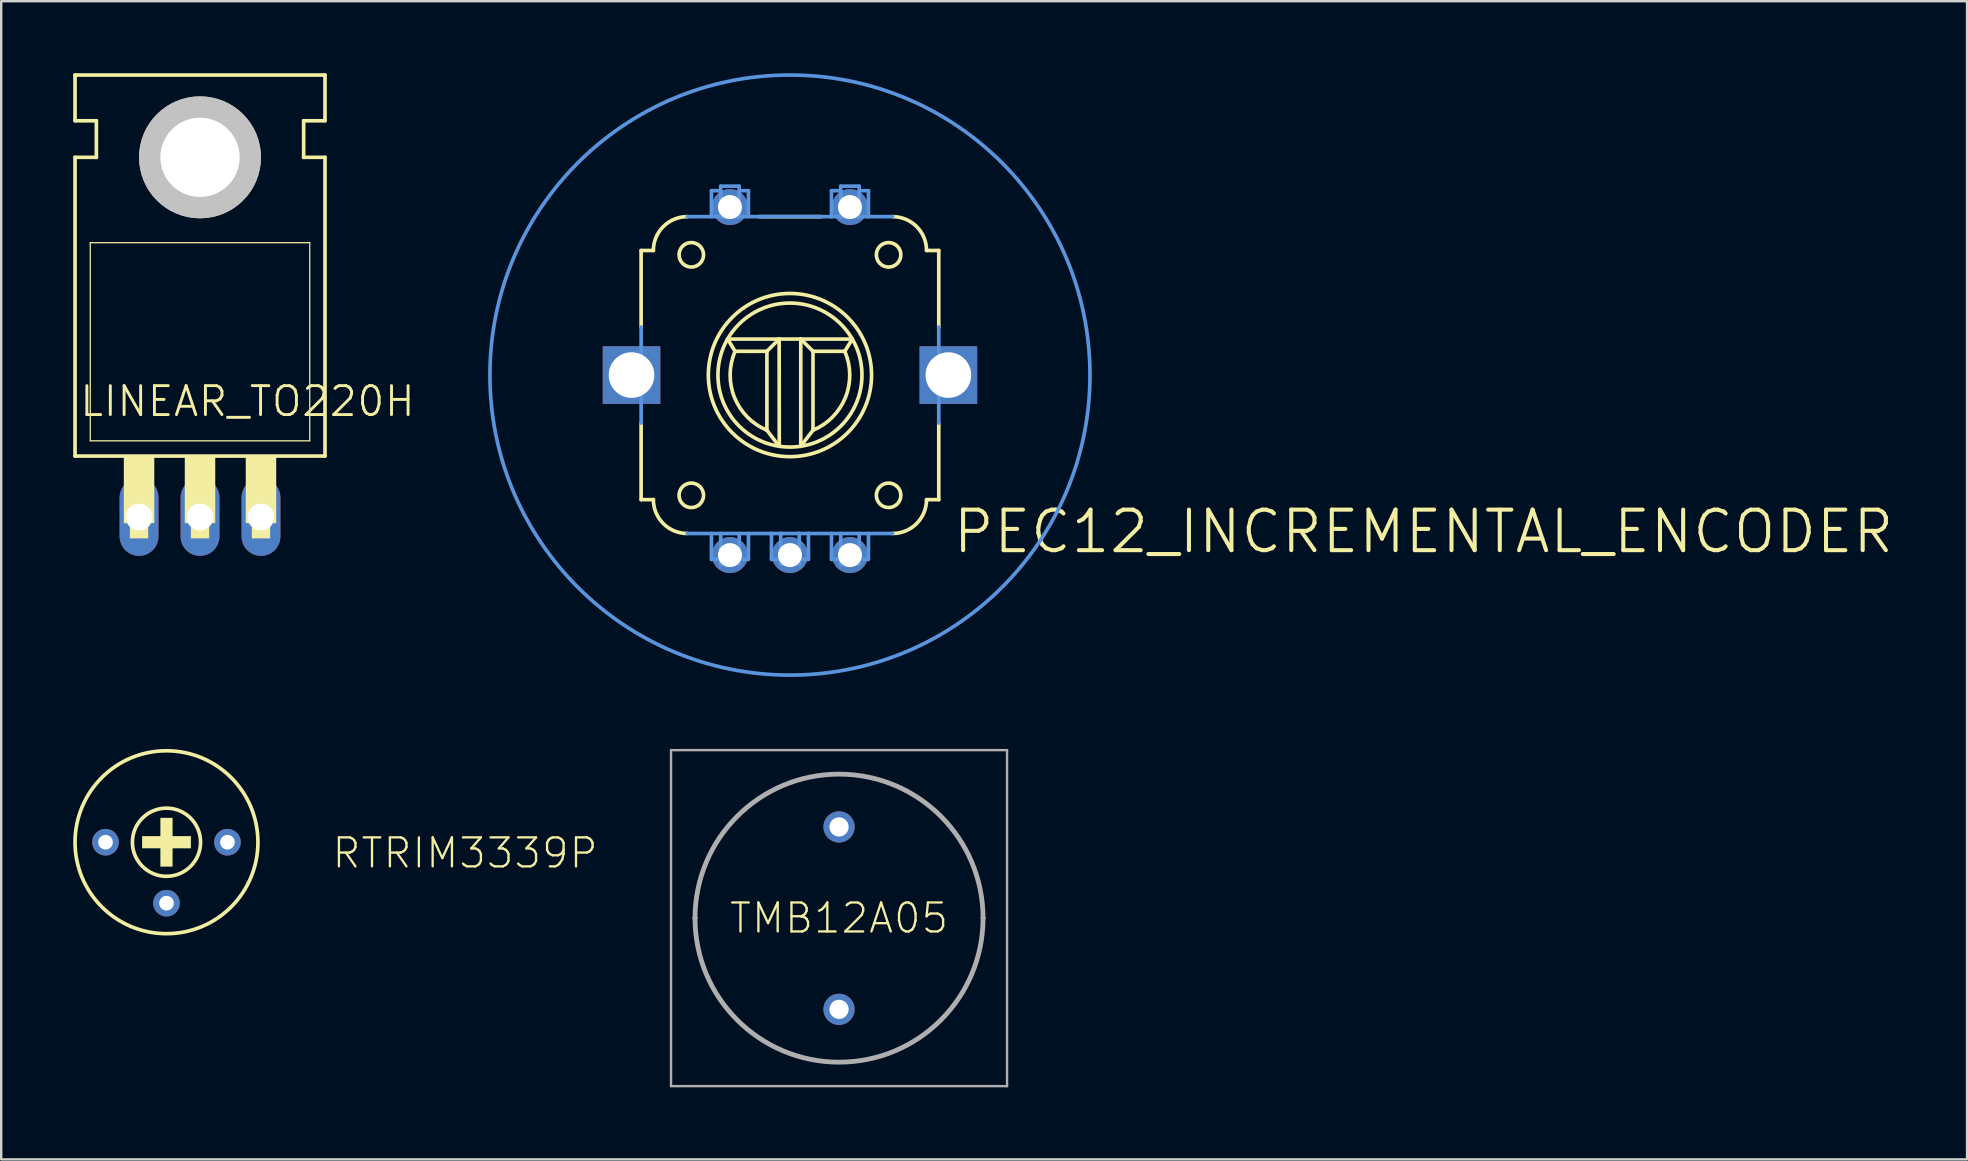
<source format=kicad_pcb>
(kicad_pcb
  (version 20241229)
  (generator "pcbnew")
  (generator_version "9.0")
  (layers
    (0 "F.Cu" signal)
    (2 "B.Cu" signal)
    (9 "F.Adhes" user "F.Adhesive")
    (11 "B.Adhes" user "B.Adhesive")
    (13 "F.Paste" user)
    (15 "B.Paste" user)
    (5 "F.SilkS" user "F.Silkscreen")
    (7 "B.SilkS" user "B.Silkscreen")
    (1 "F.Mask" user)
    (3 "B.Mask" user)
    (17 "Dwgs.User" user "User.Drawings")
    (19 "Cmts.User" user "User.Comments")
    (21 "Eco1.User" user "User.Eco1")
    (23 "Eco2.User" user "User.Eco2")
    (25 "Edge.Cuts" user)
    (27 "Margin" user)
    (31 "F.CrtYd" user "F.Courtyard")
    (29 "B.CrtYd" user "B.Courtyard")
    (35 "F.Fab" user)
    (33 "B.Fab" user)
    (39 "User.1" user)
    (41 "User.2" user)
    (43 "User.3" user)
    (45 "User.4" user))
  (footprint "RTRIM3339P"
    (layer "F.Cu")
    (at 3.886 32.039)
    (property "Reference" "RTRIM3339P" (at 6.833 1.157 180) (layer "F.SilkS") (effects (font (size 1.206 1.206) (thickness 0.097)) (justify left bottom)))
    (attr through_hole)
    (fp_circle (center 0 0) (end 1.42 0) (stroke (width 0.152) (type solid)) (fill no) (layer "F.SilkS"))
    (fp_circle (center 0 0) (end 3.81 0) (stroke (width 0.152) (type solid)) (fill no) (layer "F.SilkS"))
    (fp_poly (pts (xy -1.016 0.254) (xy 1.016 0.254) (xy 1.016 -0.254) (xy -1.016 -0.254)) (stroke (width 0) (type solid)) (fill yes) (layer "F.SilkS"))
    (fp_poly (pts (xy -0.254 1.016) (xy 0.254 1.016) (xy 0.254 -1.016) (xy -0.254 -1.016)) (stroke (width 0) (type solid)) (fill yes) (layer "F.SilkS"))
    (pad "1" thru_hole circle (at -2.54 0) (size 1.11 1.11) (drill 0.61) (layers "*.Cu" "*.Mask"))
    (pad "2" thru_hole circle (at 0 2.54) (size 1.11 1.11) (drill 0.61) (layers "*.Cu" "*.Mask"))
    (pad "3" thru_hole circle (at 2.54 0) (size 1.11 1.11) (drill 0.61) (layers "*.Cu" "*.Mask")))
  (footprint "PEC12_INCREMENTAL_ENCODER"
    (layer "F.Cu")
    (at 29.861 12.576)
    (property "Reference" "PEC12_INCREMENTAL_ENCODER" (at 6.7 7.51 0) (layer "F.SilkS") (effects (font (size 1.689 1.689) (thickness 0.169)) (justify left bottom)))
    (attr through_hole)
    (fp_line (start -6.2 -5.19) (end -6.2 -2) (stroke (width 0.152) (type solid)) (layer "F.SilkS"))
    (fp_line (start -6.2 2) (end -6.2 5.19) (stroke (width 0.152) (type solid)) (layer "F.SilkS"))
    (fp_line (start -6.2 5.19) (end -5.69 5.19) (stroke (width 0.152) (type solid)) (layer "F.SilkS"))
    (fp_line (start -5.69 -5.19) (end -6.2 -5.19) (stroke (width 0.152) (type solid)) (layer "F.SilkS"))
    (fp_line (start -2.598 -1.5) (end -0.45 -1.5) (stroke (width 0.152) (type solid)) (layer "F.SilkS"))
    (fp_line (start -2.285 -0.99) (end -2.598 -1.5) (stroke (width 0.152) (type solid)) (layer "F.SilkS"))
    (fp_line (start -1.28 -6.6) (end 1.28 -6.6) (stroke (width 0.152) (type solid)) (layer "F.SilkS"))
    (fp_line (start -0.96 -0.99) (end -2.285 -0.99) (stroke (width 0.152) (type solid)) (layer "F.SilkS"))
    (fp_line (start -0.96 -0.99) (end -0.96 2.297) (stroke (width 0.152) (type solid)) (layer "F.SilkS"))
    (fp_line (start -0.96 2.297) (end -0.45 2.966) (stroke (width 0.152) (type solid)) (layer "F.SilkS"))
    (fp_line (start -0.45 -1.5) (end -0.96 -0.99) (stroke (width 0.152) (type solid)) (layer "F.SilkS"))
    (fp_line (start -0.45 -1.5) (end -0.445 2.967) (stroke (width 0.152) (type solid)) (layer "F.SilkS"))
    (fp_line (start -0.45 -1.5) (end 0.45 -1.5) (stroke (width 0.152) (type solid)) (layer "F.SilkS"))
    (fp_line (start 0.45 -1.5) (end 0.45 2.966) (stroke (width 0.152) (type solid)) (layer "F.SilkS"))
    (fp_line (start 0.45 -1.5) (end 0.96 -0.99) (stroke (width 0.152) (type solid)) (layer "F.SilkS"))
    (fp_line (start 0.45 -1.5) (end 2.598 -1.5) (stroke (width 0.152) (type solid)) (layer "F.SilkS"))
    (fp_line (start 0.96 -0.99) (end 0.96 2.297) (stroke (width 0.152) (type solid)) (layer "F.SilkS"))
    (fp_line (start 0.96 -0.99) (end 2.285 -0.99) (stroke (width 0.152) (type solid)) (layer "F.SilkS"))
    (fp_line (start 0.96 2.297) (end 0.45 2.966) (stroke (width 0.152) (type solid)) (layer "F.SilkS"))
    (fp_line (start 2.285 -0.99) (end 2.598 -1.5) (stroke (width 0.152) (type solid)) (layer "F.SilkS"))
    (fp_line (start 5.69 -5.19) (end 6.2 -5.19) (stroke (width 0.152) (type solid)) (layer "F.SilkS"))
    (fp_line (start 6.2 -5.19) (end 6.2 -2) (stroke (width 0.152) (type solid)) (layer "F.SilkS"))
    (fp_line (start 6.2 2) (end 6.2 5.19) (stroke (width 0.152) (type solid)) (layer "F.SilkS"))
    (fp_line (start 6.2 5.19) (end 5.69 5.19) (stroke (width 0.152) (type solid)) (layer "F.SilkS"))
    (fp_arc (start -5.69 -5.19) (mid -5.277021 -6.187021) (end -4.28 -6.6) (stroke (width 0.1524) (type solid)) (layer "F.SilkS"))
    (fp_arc (start -4.28 6.6) (mid -5.277021 6.187021) (end -5.69 5.19) (stroke (width 0.1524) (type solid)) (layer "F.SilkS"))
    (fp_arc (start -0.96 2.2975) (mid -2.311649 0.931503) (end -2.284699 -0.990001) (stroke (width 0.1524) (type solid)) (layer "F.SilkS"))
    (fp_arc (start 2.284701 -0.990001) (mid 2.31162 0.931491) (end 0.96 2.2975) (stroke (width 0.1524) (type solid)) (layer "F.SilkS"))
    (fp_arc (start 4.28 -6.6) (mid 5.277021 -6.187021) (end 5.69 -5.19) (stroke (width 0.1524) (type solid)) (layer "F.SilkS"))
    (fp_arc (start 5.69 5.19) (mid 5.277021 6.187021) (end 4.28 6.6) (stroke (width 0.1524) (type solid)) (layer "F.SilkS"))
    (fp_circle (center -4.11 -5.01) (end -3.6 -5.01) (stroke (width 0.152) (type solid)) (fill no) (layer "F.SilkS"))
    (fp_circle (center -4.11 5.01) (end -3.6 5.01) (stroke (width 0.152) (type solid)) (fill no) (layer "F.SilkS"))
    (fp_circle (center 0 0) (end 3 0) (stroke (width 0.152) (type solid)) (fill no) (layer "F.SilkS"))
    (fp_circle (center 0 0) (end 3.4 0) (stroke (width 0.152) (type solid)) (fill no) (layer "F.SilkS"))
    (fp_circle (center 4.11 -5.01) (end 4.62 -5.01) (stroke (width 0.152) (type solid)) (fill no) (layer "F.SilkS"))
    (fp_circle (center 4.11 5.01) (end 4.62 5.01) (stroke (width 0.152) (type solid)) (fill no) (layer "F.SilkS"))
    (fp_line (start -6.2 -2) (end -6.2 2) (stroke (width 0.152) (type solid)) (layer "Cmts.User"))
    (fp_line (start -4.28 -6.6) (end 1.73 -6.6) (stroke (width 0.152) (type solid)) (layer "Cmts.User"))
    (fp_line (start -4.28 6.6) (end -0.77 6.6) (stroke (width 0.152) (type solid)) (layer "Cmts.User"))
    (fp_line (start -3.27 -7.68) (end -2.885 -7.68) (stroke (width 0.152) (type solid)) (layer "Cmts.User"))
    (fp_line (start -3.27 -6.6) (end -3.27 -7.68) (stroke (width 0.152) (type solid)) (layer "Cmts.User"))
    (fp_line (start -3.27 6.6) (end -3.27 7.68) (stroke (width 0.152) (type solid)) (layer "Cmts.User"))
    (fp_line (start -3.27 7.68) (end -2.885 7.68) (stroke (width 0.152) (type solid)) (layer "Cmts.User"))
    (fp_line (start -2.885 -7.87) (end -2.115 -7.87) (stroke (width 0.152) (type solid)) (layer "Cmts.User"))
    (fp_line (start -2.885 -7.68) (end -2.885 -7.87) (stroke (width 0.152) (type solid)) (layer "Cmts.User"))
    (fp_line (start -2.885 -6.6) (end -2.885 -7.68) (stroke (width 0.152) (type solid)) (layer "Cmts.User"))
    (fp_line (start -2.885 6.6) (end -2.885 7.68) (stroke (width 0.152) (type solid)) (layer "Cmts.User"))
    (fp_line (start -2.885 7.68) (end -2.885 7.87) (stroke (width 0.152) (type solid)) (layer "Cmts.User"))
    (fp_line (start -2.885 7.87) (end -2.115 7.87) (stroke (width 0.152) (type solid)) (layer "Cmts.User"))
    (fp_line (start -2.115 -7.87) (end -2.115 -7.68) (stroke (width 0.152) (type solid)) (layer "Cmts.User"))
    (fp_line (start -2.115 -7.68) (end -2.115 -6.6) (stroke (width 0.152) (type solid)) (layer "Cmts.User"))
    (fp_line (start -2.115 -7.68) (end -1.73 -7.68) (stroke (width 0.152) (type solid)) (layer "Cmts.User"))
    (fp_line (start -2.115 7.68) (end -2.115 6.6) (stroke (width 0.152) (type solid)) (layer "Cmts.User"))
    (fp_line (start -2.115 7.68) (end -1.73 7.68) (stroke (width 0.152) (type solid)) (layer "Cmts.User"))
    (fp_line (start -2.115 7.87) (end -2.115 7.68) (stroke (width 0.152) (type solid)) (layer "Cmts.User"))
    (fp_line (start -1.73 -7.68) (end -1.73 -6.6) (stroke (width 0.152) (type solid)) (layer "Cmts.User"))
    (fp_line (start -1.73 7.68) (end -1.73 6.6) (stroke (width 0.152) (type solid)) (layer "Cmts.User"))
    (fp_line (start -0.77 6.6) (end -0.77 7.68) (stroke (width 0.152) (type solid)) (layer "Cmts.User"))
    (fp_line (start -0.77 6.6) (end -0.385 6.6) (stroke (width 0.152) (type solid)) (layer "Cmts.User"))
    (fp_line (start -0.77 7.68) (end -0.385 7.68) (stroke (width 0.152) (type solid)) (layer "Cmts.User"))
    (fp_line (start -0.385 6.6) (end -0.385 7.68) (stroke (width 0.152) (type solid)) (layer "Cmts.User"))
    (fp_line (start -0.385 6.6) (end 0.385 6.6) (stroke (width 0.152) (type solid)) (layer "Cmts.User"))
    (fp_line (start -0.385 7.68) (end -0.385 7.87) (stroke (width 0.152) (type solid)) (layer "Cmts.User"))
    (fp_line (start -0.385 7.87) (end 0.385 7.87) (stroke (width 0.152) (type solid)) (layer "Cmts.User"))
    (fp_line (start 0.385 6.6) (end 0.77 6.6) (stroke (width 0.152) (type solid)) (layer "Cmts.User"))
    (fp_line (start 0.385 7.68) (end 0.385 6.6) (stroke (width 0.152) (type solid)) (layer "Cmts.User"))
    (fp_line (start 0.385 7.87) (end 0.385 7.68) (stroke (width 0.152) (type solid)) (layer "Cmts.User"))
    (fp_line (start 0.77 6.6) (end 0.77 7.68) (stroke (width 0.152) (type solid)) (layer "Cmts.User"))
    (fp_line (start 0.77 6.6) (end 4.28 6.6) (stroke (width 0.152) (type solid)) (layer "Cmts.User"))
    (fp_line (start 0.77 7.68) (end 0.385 7.68) (stroke (width 0.152) (type solid)) (layer "Cmts.User"))
    (fp_line (start 1.73 -7.68) (end 1.73 -6.6) (stroke (width 0.152) (type solid)) (layer "Cmts.User"))
    (fp_line (start 1.73 7.68) (end 1.73 6.6) (stroke (width 0.152) (type solid)) (layer "Cmts.User"))
    (fp_line (start 2.115 -7.87) (end 2.115 -7.68) (stroke (width 0.152) (type solid)) (layer "Cmts.User"))
    (fp_line (start 2.115 -7.68) (end 1.73 -7.68) (stroke (width 0.152) (type solid)) (layer "Cmts.User"))
    (fp_line (start 2.115 -7.68) (end 2.115 -6.6) (stroke (width 0.152) (type solid)) (layer "Cmts.User"))
    (fp_line (start 2.115 -6.6) (end 1.73 -6.6) (stroke (width 0.152) (type solid)) (layer "Cmts.User"))
    (fp_line (start 2.115 7.68) (end 1.73 7.68) (stroke (width 0.152) (type solid)) (layer "Cmts.User"))
    (fp_line (start 2.115 7.68) (end 2.115 6.6) (stroke (width 0.152) (type solid)) (layer "Cmts.User"))
    (fp_line (start 2.115 7.87) (end 2.115 7.68) (stroke (width 0.152) (type solid)) (layer "Cmts.User"))
    (fp_line (start 2.885 -7.87) (end 2.115 -7.87) (stroke (width 0.152) (type solid)) (layer "Cmts.User"))
    (fp_line (start 2.885 -7.68) (end 2.885 -7.87) (stroke (width 0.152) (type solid)) (layer "Cmts.User"))
    (fp_line (start 2.885 -6.6) (end 2.115 -6.6) (stroke (width 0.152) (type solid)) (layer "Cmts.User"))
    (fp_line (start 2.885 -6.6) (end 2.885 -7.68) (stroke (width 0.152) (type solid)) (layer "Cmts.User"))
    (fp_line (start 2.885 6.6) (end 2.885 7.68) (stroke (width 0.152) (type solid)) (layer "Cmts.User"))
    (fp_line (start 2.885 7.68) (end 2.885 7.87) (stroke (width 0.152) (type solid)) (layer "Cmts.User"))
    (fp_line (start 2.885 7.87) (end 2.115 7.87) (stroke (width 0.152) (type solid)) (layer "Cmts.User"))
    (fp_line (start 3.27 -7.68) (end 2.885 -7.68) (stroke (width 0.152) (type solid)) (layer "Cmts.User"))
    (fp_line (start 3.27 -6.6) (end 2.885 -6.6) (stroke (width 0.152) (type solid)) (layer "Cmts.User"))
    (fp_line (start 3.27 -6.6) (end 3.27 -7.68) (stroke (width 0.152) (type solid)) (layer "Cmts.User"))
    (fp_line (start 3.27 -6.6) (end 4.28 -6.6) (stroke (width 0.152) (type solid)) (layer "Cmts.User"))
    (fp_line (start 3.27 6.6) (end 3.27 7.68) (stroke (width 0.152) (type solid)) (layer "Cmts.User"))
    (fp_line (start 3.27 7.68) (end 2.885 7.68) (stroke (width 0.152) (type solid)) (layer "Cmts.User"))
    (fp_line (start 6.2 -2) (end 6.2 2) (stroke (width 0.152) (type solid)) (layer "Cmts.User"))
    (fp_circle (center 0 0) (end 12.5 0) (stroke (width 0.152) (type solid)) (fill no) (layer "Cmts.User"))
    (pad "A" thru_hole circle (at -2.5 7.5) (size 1.5 1.5) (drill 1) (layers "*.Cu" "*.Mask"))
    (pad "B" thru_hole circle (at 2.5 7.5) (size 1.5 1.5) (drill 1) (layers "*.Cu" "*.Mask"))
    (pad "C" thru_hole circle (at 0 7.5) (size 1.5 1.5) (drill 1) (layers "*.Cu" "*.Mask"))
    (pad "GND@1" thru_hole rect (at -6.6 0) (size 2.4 2.4) (drill 1.9) (layers "*.Cu" "*.Mask"))
    (pad "GND@2" thru_hole rect (at 6.6 0) (size 2.4 2.4) (drill 1.9) (layers "*.Cu" "*.Mask"))
    (pad "P1" thru_hole circle (at -2.5 -7) (size 1.5 1.5) (drill 1) (layers "*.Cu" "*.Mask"))
    (pad "P2" thru_hole circle (at 2.5 -7) (size 1.5 1.5) (drill 1) (layers "*.Cu" "*.Mask")))
  (footprint "TMB12A05"
    (layer "F.Cu")
    (at 31.906 39.002)
    (property "Reference" "TMB12A05" (at 0 -3.8 180) (layer "F.SilkS") (effects (font (size 1.206 1.206) (thickness 0.097))))
    (attr through_hole)
    (fp_line (start -6 -3.8) (end -6 -3.8) (stroke (width 0.1) (type solid)) (layer "F.SilkS"))
    (fp_line (start 6 -3.8) (end 6 -3.8) (stroke (width 0.1) (type solid)) (layer "F.SilkS"))
    (fp_arc (start -6 -3.799998) (mid -0.000001 -9.799999) (end 6 -3.8) (stroke (width 0.1) (type solid)) (layer "F.SilkS"))
    (fp_arc (start 6 -3.8) (mid 0 2.2) (end -6 -3.8) (stroke (width 0.1) (type solid)) (layer "F.SilkS"))
    (fp_line (start -7 -10.8) (end 7 -10.8) (stroke (width 0.1) (type solid)) (layer "F.Fab"))
    (fp_line (start -7 3.2) (end -7 -10.8) (stroke (width 0.1) (type solid)) (layer "F.Fab"))
    (fp_line (start -6 -3.8) (end -6 -3.8) (stroke (width 0.2) (type solid)) (layer "F.Fab"))
    (fp_line (start 6 -3.8) (end 6 -3.8) (stroke (width 0.2) (type solid)) (layer "F.Fab"))
    (fp_line (start 7 -10.8) (end 7 3.2) (stroke (width 0.1) (type solid)) (layer "F.Fab"))
    (fp_line (start 7 3.2) (end -7 3.2) (stroke (width 0.1) (type solid)) (layer "F.Fab"))
    (fp_arc (start -6 -3.799998) (mid -0.000001 -9.799999) (end 6 -3.8) (stroke (width 0.2) (type solid)) (layer "F.Fab"))
    (fp_arc (start 6 -3.8) (mid 0 2.2) (end -6 -3.8) (stroke (width 0.2) (type solid)) (layer "F.Fab"))
    (pad "1" thru_hole circle (at 0 0) (size 1.3 1.3) (drill 0.8) (layers "*.Cu" "*.Mask"))
    (pad "2" thru_hole circle (at 0 -7.6) (size 1.3 1.3) (drill 0.8) (layers "*.Cu" "*.Mask")))
  (footprint "LINEAR_TO220H"
    (layer "F.Cu")
    (at 5.283 8.331)
    (property "Reference" "LINEAR_TO220H" (at -5.08 6.045 180) (layer "F.SilkS") (effects (font (size 1.206 1.206) (thickness 0.121)) (justify left bottom)))
    (attr through_hole)
    (fp_line (start -5.207 -6.35) (end -5.207 -8.255) (stroke (width 0.152) (type solid)) (layer "F.SilkS"))
    (fp_line (start -5.207 -4.826) (end -4.318 -4.826) (stroke (width 0.152) (type solid)) (layer "F.SilkS"))
    (fp_line (start -5.207 7.62) (end -5.207 -4.826) (stroke (width 0.152) (type solid)) (layer "F.SilkS"))
    (fp_line (start -5.207 7.62) (end 5.207 7.62) (stroke (width 0.152) (type solid)) (layer "F.SilkS"))
    (fp_line (start -4.572 6.985) (end -4.572 -1.27) (stroke (width 0.051) (type solid)) (layer "F.SilkS"))
    (fp_line (start -4.572 6.985) (end 4.572 6.985) (stroke (width 0.051) (type solid)) (layer "F.SilkS"))
    (fp_line (start -4.318 -6.35) (end -5.207 -6.35) (stroke (width 0.152) (type solid)) (layer "F.SilkS"))
    (fp_line (start -4.318 -4.826) (end -4.318 -6.35) (stroke (width 0.152) (type solid)) (layer "F.SilkS"))
    (fp_line (start 4.318 -6.35) (end 5.207 -6.35) (stroke (width 0.152) (type solid)) (layer "F.SilkS"))
    (fp_line (start 4.318 -4.826) (end 4.318 -6.35) (stroke (width 0.152) (type solid)) (layer "F.SilkS"))
    (fp_line (start 4.572 -1.27) (end -4.572 -1.27) (stroke (width 0.051) (type solid)) (layer "F.SilkS"))
    (fp_line (start 4.572 -1.27) (end 4.572 6.985) (stroke (width 0.051) (type solid)) (layer "F.SilkS"))
    (fp_line (start 5.207 -8.255) (end -5.207 -8.255) (stroke (width 0.152) (type solid)) (layer "F.SilkS"))
    (fp_line (start 5.207 -6.35) (end 5.207 -8.255) (stroke (width 0.152) (type solid)) (layer "F.SilkS"))
    (fp_line (start 5.207 -4.826) (end 4.318 -4.826) (stroke (width 0.152) (type solid)) (layer "F.SilkS"))
    (fp_line (start 5.207 7.62) (end 5.207 -4.826) (stroke (width 0.152) (type solid)) (layer "F.SilkS"))
    (fp_circle (center 0 -4.826) (end 1.803 -4.826) (stroke (width 0.152) (type solid)) (fill no) (layer "F.SilkS"))
    (fp_poly (pts (xy -3.175 10.414) (xy -1.905 10.414) (xy -1.905 7.62) (xy -3.175 7.62)) (stroke (width 0) (type solid)) (fill yes) (layer "F.SilkS"))
    (fp_poly (pts (xy -2.921 11.049) (xy -2.159 11.049) (xy -2.159 10.414) (xy -2.921 10.414)) (stroke (width 0) (type solid)) (fill yes) (layer "F.SilkS"))
    (fp_poly (pts (xy -0.635 10.414) (xy 0.635 10.414) (xy 0.635 7.62) (xy -0.635 7.62)) (stroke (width 0) (type solid)) (fill yes) (layer "F.SilkS"))
    (fp_poly (pts (xy -0.381 11.049) (xy 0.381 11.049) (xy 0.381 10.414) (xy -0.381 10.414)) (stroke (width 0) (type solid)) (fill yes) (layer "F.SilkS"))
    (fp_poly (pts (xy 1.905 10.414) (xy 3.175 10.414) (xy 3.175 7.62) (xy 1.905 7.62)) (stroke (width 0) (type solid)) (fill yes) (layer "F.SilkS"))
    (fp_poly (pts (xy 2.159 11.049) (xy 2.921 11.049) (xy 2.921 10.414) (xy 2.159 10.414)) (stroke (width 0) (type solid)) (fill yes) (layer "F.SilkS"))
    (fp_circle (center 0 -4.826) (end 1.27 -4.826) (stroke (width 2.54) (type solid)) (fill no) (layer "Dwgs.User"))
    (fp_circle (center 0 -4.826) (end 1.27 -4.826) (stroke (width 2.54) (type solid)) (fill no) (layer "Dwgs.User"))
    (pad "" np_thru_hole circle (at 0 -4.826) (size 3.302 3.302) (drill 3.302) (layers "*.Cu" "*.Mask"))
    (pad "1" thru_hole oval (at -2.54 10.16 90) (size 3.235 1.618) (drill 1.118) (layers "*.Cu" "*.Mask"))
    (pad "2" thru_hole oval (at 0 10.16 90) (size 3.235 1.618) (drill 1.118) (layers "*.Cu" "*.Mask"))
    (pad "3" thru_hole oval (at 2.54 10.16 90) (size 3.235 1.618) (drill 1.118) (layers "*.Cu" "*.Mask")))
  (gr_rect
    (start -3 -3)
    (end 78.901 45.252)
    (stroke (width 0.1) (type default))
    (fill no)
    (layer "Edge.Cuts")))
</source>
